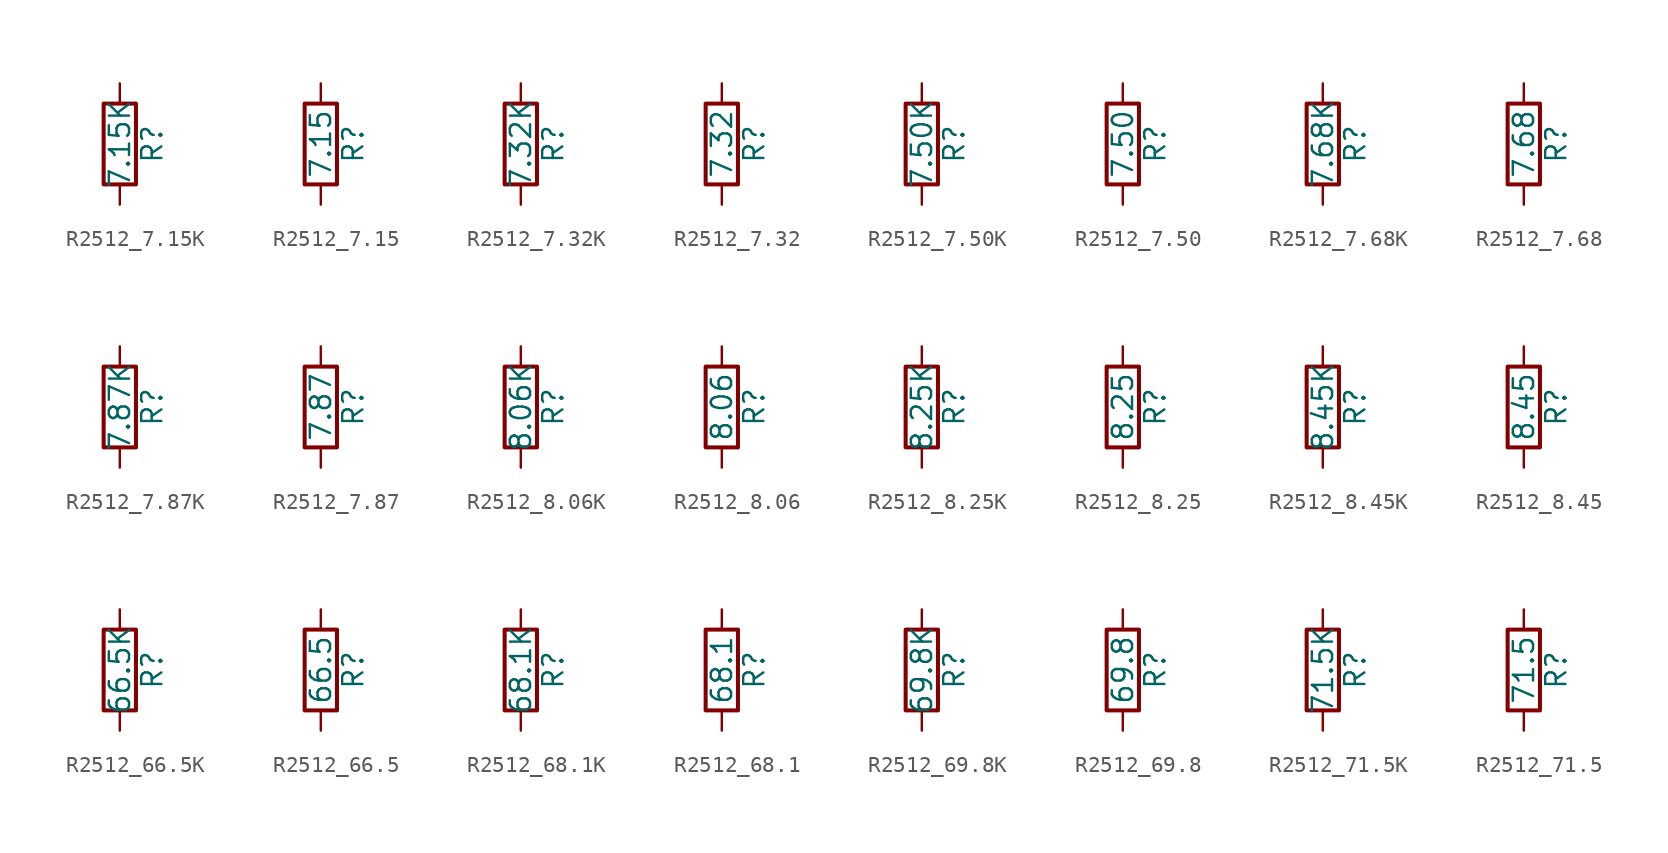
<source format=kicad_sym>
(kicad_symbol_lib
  (version 20211014)
  (generator atlantix-eda)
  (symbol "R2512_7.15K"
    (pin_numbers hide)
    (pin_names
      (offset 0))
    (property "Reference" "R"
      (at 2.032 0 90)
      (effects (font (size 1.27 1.27))))
    (property "Value" "7.15K"
      (at 0 0 90)
      (effects (font (size 1.27 1.27))))
    (symbol "R2512_7.15K_0_1"
      (rectangle (start -1.016 -2.54) (end 1.016 2.54) (stroke (width 0.254) (type default) (color 0 0 0 0)) (fill (type none))))
    (symbol "R2512_7.15K_1_1"
      (pin passive line (at 0 3.81 270) (length 1.27) (name "~" (effects (font (size 1.27 1.27)))) (number "1" (effects (font (size 1.27 1.27)))))
      (pin passive line (at 0 -3.81 90) (length 1.27) (name "~" (effects (font (size 1.27 1.27)))) (number "2" (effects (font (size 1.27 1.27)))))))
  (symbol "R2512_7.15"
    (pin_numbers hide)
    (pin_names
      (offset 0))
    (property "Reference" "R"
      (at 2.032 0 90)
      (effects (font (size 1.27 1.27))))
    (property "Value" "7.15"
      (at 0 0 90)
      (effects (font (size 1.27 1.27))))
    (symbol "R2512_7.15_0_1"
      (rectangle (start -1.016 -2.54) (end 1.016 2.54) (stroke (width 0.254) (type default) (color 0 0 0 0)) (fill (type none))))
    (symbol "R2512_7.15_1_1"
      (pin passive line (at 0 3.81 270) (length 1.27) (name "~" (effects (font (size 1.27 1.27)))) (number "1" (effects (font (size 1.27 1.27)))))
      (pin passive line (at 0 -3.81 90) (length 1.27) (name "~" (effects (font (size 1.27 1.27)))) (number "2" (effects (font (size 1.27 1.27)))))))
  (symbol "R2512_7.32K"
    (pin_numbers hide)
    (pin_names
      (offset 0))
    (property "Reference" "R"
      (at 2.032 0 90)
      (effects (font (size 1.27 1.27))))
    (property "Value" "7.32K"
      (at 0 0 90)
      (effects (font (size 1.27 1.27))))
    (symbol "R2512_7.32K_0_1"
      (rectangle (start -1.016 -2.54) (end 1.016 2.54) (stroke (width 0.254) (type default) (color 0 0 0 0)) (fill (type none))))
    (symbol "R2512_7.32K_1_1"
      (pin passive line (at 0 3.81 270) (length 1.27) (name "~" (effects (font (size 1.27 1.27)))) (number "1" (effects (font (size 1.27 1.27)))))
      (pin passive line (at 0 -3.81 90) (length 1.27) (name "~" (effects (font (size 1.27 1.27)))) (number "2" (effects (font (size 1.27 1.27)))))))
  (symbol "R2512_7.32"
    (pin_numbers hide)
    (pin_names
      (offset 0))
    (property "Reference" "R"
      (at 2.032 0 90)
      (effects (font (size 1.27 1.27))))
    (property "Value" "7.32"
      (at 0 0 90)
      (effects (font (size 1.27 1.27))))
    (symbol "R2512_7.32_0_1"
      (rectangle (start -1.016 -2.54) (end 1.016 2.54) (stroke (width 0.254) (type default) (color 0 0 0 0)) (fill (type none))))
    (symbol "R2512_7.32_1_1"
      (pin passive line (at 0 3.81 270) (length 1.27) (name "~" (effects (font (size 1.27 1.27)))) (number "1" (effects (font (size 1.27 1.27)))))
      (pin passive line (at 0 -3.81 90) (length 1.27) (name "~" (effects (font (size 1.27 1.27)))) (number "2" (effects (font (size 1.27 1.27)))))))
  (symbol "R2512_7.50K"
    (pin_numbers hide)
    (pin_names
      (offset 0))
    (property "Reference" "R"
      (at 2.032 0 90)
      (effects (font (size 1.27 1.27))))
    (property "Value" "7.50K"
      (at 0 0 90)
      (effects (font (size 1.27 1.27))))
    (symbol "R2512_7.50K_0_1"
      (rectangle (start -1.016 -2.54) (end 1.016 2.54) (stroke (width 0.254) (type default) (color 0 0 0 0)) (fill (type none))))
    (symbol "R2512_7.50K_1_1"
      (pin passive line (at 0 3.81 270) (length 1.27) (name "~" (effects (font (size 1.27 1.27)))) (number "1" (effects (font (size 1.27 1.27)))))
      (pin passive line (at 0 -3.81 90) (length 1.27) (name "~" (effects (font (size 1.27 1.27)))) (number "2" (effects (font (size 1.27 1.27)))))))
  (symbol "R2512_7.50"
    (pin_numbers hide)
    (pin_names
      (offset 0))
    (property "Reference" "R"
      (at 2.032 0 90)
      (effects (font (size 1.27 1.27))))
    (property "Value" "7.50"
      (at 0 0 90)
      (effects (font (size 1.27 1.27))))
    (symbol "R2512_7.50_0_1"
      (rectangle (start -1.016 -2.54) (end 1.016 2.54) (stroke (width 0.254) (type default) (color 0 0 0 0)) (fill (type none))))
    (symbol "R2512_7.50_1_1"
      (pin passive line (at 0 3.81 270) (length 1.27) (name "~" (effects (font (size 1.27 1.27)))) (number "1" (effects (font (size 1.27 1.27)))))
      (pin passive line (at 0 -3.81 90) (length 1.27) (name "~" (effects (font (size 1.27 1.27)))) (number "2" (effects (font (size 1.27 1.27)))))))
  (symbol "R2512_7.68K"
    (pin_numbers hide)
    (pin_names
      (offset 0))
    (property "Reference" "R"
      (at 2.032 0 90)
      (effects (font (size 1.27 1.27))))
    (property "Value" "7.68K"
      (at 0 0 90)
      (effects (font (size 1.27 1.27))))
    (symbol "R2512_7.68K_0_1"
      (rectangle (start -1.016 -2.54) (end 1.016 2.54) (stroke (width 0.254) (type default) (color 0 0 0 0)) (fill (type none))))
    (symbol "R2512_7.68K_1_1"
      (pin passive line (at 0 3.81 270) (length 1.27) (name "~" (effects (font (size 1.27 1.27)))) (number "1" (effects (font (size 1.27 1.27)))))
      (pin passive line (at 0 -3.81 90) (length 1.27) (name "~" (effects (font (size 1.27 1.27)))) (number "2" (effects (font (size 1.27 1.27)))))))
  (symbol "R2512_7.68"
    (pin_numbers hide)
    (pin_names
      (offset 0))
    (property "Reference" "R"
      (at 2.032 0 90)
      (effects (font (size 1.27 1.27))))
    (property "Value" "7.68"
      (at 0 0 90)
      (effects (font (size 1.27 1.27))))
    (symbol "R2512_7.68_0_1"
      (rectangle (start -1.016 -2.54) (end 1.016 2.54) (stroke (width 0.254) (type default) (color 0 0 0 0)) (fill (type none))))
    (symbol "R2512_7.68_1_1"
      (pin passive line (at 0 3.81 270) (length 1.27) (name "~" (effects (font (size 1.27 1.27)))) (number "1" (effects (font (size 1.27 1.27)))))
      (pin passive line (at 0 -3.81 90) (length 1.27) (name "~" (effects (font (size 1.27 1.27)))) (number "2" (effects (font (size 1.27 1.27)))))))
  (symbol "R2512_7.87K"
    (pin_numbers hide)
    (pin_names
      (offset 0))
    (property "Reference" "R"
      (at 2.032 0 90)
      (effects (font (size 1.27 1.27))))
    (property "Value" "7.87K"
      (at 0 0 90)
      (effects (font (size 1.27 1.27))))
    (symbol "R2512_7.87K_0_1"
      (rectangle (start -1.016 -2.54) (end 1.016 2.54) (stroke (width 0.254) (type default) (color 0 0 0 0)) (fill (type none))))
    (symbol "R2512_7.87K_1_1"
      (pin passive line (at 0 3.81 270) (length 1.27) (name "~" (effects (font (size 1.27 1.27)))) (number "1" (effects (font (size 1.27 1.27)))))
      (pin passive line (at 0 -3.81 90) (length 1.27) (name "~" (effects (font (size 1.27 1.27)))) (number "2" (effects (font (size 1.27 1.27)))))))
  (symbol "R2512_7.87"
    (pin_numbers hide)
    (pin_names
      (offset 0))
    (property "Reference" "R"
      (at 2.032 0 90)
      (effects (font (size 1.27 1.27))))
    (property "Value" "7.87"
      (at 0 0 90)
      (effects (font (size 1.27 1.27))))
    (symbol "R2512_7.87_0_1"
      (rectangle (start -1.016 -2.54) (end 1.016 2.54) (stroke (width 0.254) (type default) (color 0 0 0 0)) (fill (type none))))
    (symbol "R2512_7.87_1_1"
      (pin passive line (at 0 3.81 270) (length 1.27) (name "~" (effects (font (size 1.27 1.27)))) (number "1" (effects (font (size 1.27 1.27)))))
      (pin passive line (at 0 -3.81 90) (length 1.27) (name "~" (effects (font (size 1.27 1.27)))) (number "2" (effects (font (size 1.27 1.27)))))))
  (symbol "R2512_8.06K"
    (pin_numbers hide)
    (pin_names
      (offset 0))
    (property "Reference" "R"
      (at 2.032 0 90)
      (effects (font (size 1.27 1.27))))
    (property "Value" "8.06K"
      (at 0 0 90)
      (effects (font (size 1.27 1.27))))
    (symbol "R2512_8.06K_0_1"
      (rectangle (start -1.016 -2.54) (end 1.016 2.54) (stroke (width 0.254) (type default) (color 0 0 0 0)) (fill (type none))))
    (symbol "R2512_8.06K_1_1"
      (pin passive line (at 0 3.81 270) (length 1.27) (name "~" (effects (font (size 1.27 1.27)))) (number "1" (effects (font (size 1.27 1.27)))))
      (pin passive line (at 0 -3.81 90) (length 1.27) (name "~" (effects (font (size 1.27 1.27)))) (number "2" (effects (font (size 1.27 1.27)))))))
  (symbol "R2512_8.06"
    (pin_numbers hide)
    (pin_names
      (offset 0))
    (property "Reference" "R"
      (at 2.032 0 90)
      (effects (font (size 1.27 1.27))))
    (property "Value" "8.06"
      (at 0 0 90)
      (effects (font (size 1.27 1.27))))
    (symbol "R2512_8.06_0_1"
      (rectangle (start -1.016 -2.54) (end 1.016 2.54) (stroke (width 0.254) (type default) (color 0 0 0 0)) (fill (type none))))
    (symbol "R2512_8.06_1_1"
      (pin passive line (at 0 3.81 270) (length 1.27) (name "~" (effects (font (size 1.27 1.27)))) (number "1" (effects (font (size 1.27 1.27)))))
      (pin passive line (at 0 -3.81 90) (length 1.27) (name "~" (effects (font (size 1.27 1.27)))) (number "2" (effects (font (size 1.27 1.27)))))))
  (symbol "R2512_8.25K"
    (pin_numbers hide)
    (pin_names
      (offset 0))
    (property "Reference" "R"
      (at 2.032 0 90)
      (effects (font (size 1.27 1.27))))
    (property "Value" "8.25K"
      (at 0 0 90)
      (effects (font (size 1.27 1.27))))
    (symbol "R2512_8.25K_0_1"
      (rectangle (start -1.016 -2.54) (end 1.016 2.54) (stroke (width 0.254) (type default) (color 0 0 0 0)) (fill (type none))))
    (symbol "R2512_8.25K_1_1"
      (pin passive line (at 0 3.81 270) (length 1.27) (name "~" (effects (font (size 1.27 1.27)))) (number "1" (effects (font (size 1.27 1.27)))))
      (pin passive line (at 0 -3.81 90) (length 1.27) (name "~" (effects (font (size 1.27 1.27)))) (number "2" (effects (font (size 1.27 1.27)))))))
  (symbol "R2512_8.25"
    (pin_numbers hide)
    (pin_names
      (offset 0))
    (property "Reference" "R"
      (at 2.032 0 90)
      (effects (font (size 1.27 1.27))))
    (property "Value" "8.25"
      (at 0 0 90)
      (effects (font (size 1.27 1.27))))
    (symbol "R2512_8.25_0_1"
      (rectangle (start -1.016 -2.54) (end 1.016 2.54) (stroke (width 0.254) (type default) (color 0 0 0 0)) (fill (type none))))
    (symbol "R2512_8.25_1_1"
      (pin passive line (at 0 3.81 270) (length 1.27) (name "~" (effects (font (size 1.27 1.27)))) (number "1" (effects (font (size 1.27 1.27)))))
      (pin passive line (at 0 -3.81 90) (length 1.27) (name "~" (effects (font (size 1.27 1.27)))) (number "2" (effects (font (size 1.27 1.27)))))))
  (symbol "R2512_8.45K"
    (pin_numbers hide)
    (pin_names
      (offset 0))
    (property "Reference" "R"
      (at 2.032 0 90)
      (effects (font (size 1.27 1.27))))
    (property "Value" "8.45K"
      (at 0 0 90)
      (effects (font (size 1.27 1.27))))
    (symbol "R2512_8.45K_0_1"
      (rectangle (start -1.016 -2.54) (end 1.016 2.54) (stroke (width 0.254) (type default) (color 0 0 0 0)) (fill (type none))))
    (symbol "R2512_8.45K_1_1"
      (pin passive line (at 0 3.81 270) (length 1.27) (name "~" (effects (font (size 1.27 1.27)))) (number "1" (effects (font (size 1.27 1.27)))))
      (pin passive line (at 0 -3.81 90) (length 1.27) (name "~" (effects (font (size 1.27 1.27)))) (number "2" (effects (font (size 1.27 1.27)))))))
  (symbol "R2512_8.45"
    (pin_numbers hide)
    (pin_names
      (offset 0))
    (property "Reference" "R"
      (at 2.032 0 90)
      (effects (font (size 1.27 1.27))))
    (property "Value" "8.45"
      (at 0 0 90)
      (effects (font (size 1.27 1.27))))
    (symbol "R2512_8.45_0_1"
      (rectangle (start -1.016 -2.54) (end 1.016 2.54) (stroke (width 0.254) (type default) (color 0 0 0 0)) (fill (type none))))
    (symbol "R2512_8.45_1_1"
      (pin passive line (at 0 3.81 270) (length 1.27) (name "~" (effects (font (size 1.27 1.27)))) (number "1" (effects (font (size 1.27 1.27)))))
      (pin passive line (at 0 -3.81 90) (length 1.27) (name "~" (effects (font (size 1.27 1.27)))) (number "2" (effects (font (size 1.27 1.27)))))))
  (symbol "R2512_66.5K"
    (pin_numbers hide)
    (pin_names
      (offset 0))
    (property "Reference" "R"
      (at 2.032 0 90)
      (effects (font (size 1.27 1.27))))
    (property "Value" "66.5K"
      (at 0 0 90)
      (effects (font (size 1.27 1.27))))
    (symbol "R2512_66.5K_0_1"
      (rectangle (start -1.016 -2.54) (end 1.016 2.54) (stroke (width 0.254) (type default) (color 0 0 0 0)) (fill (type none))))
    (symbol "R2512_66.5K_1_1"
      (pin passive line (at 0 3.81 270) (length 1.27) (name "~" (effects (font (size 1.27 1.27)))) (number "1" (effects (font (size 1.27 1.27)))))
      (pin passive line (at 0 -3.81 90) (length 1.27) (name "~" (effects (font (size 1.27 1.27)))) (number "2" (effects (font (size 1.27 1.27)))))))
  (symbol "R2512_66.5"
    (pin_numbers hide)
    (pin_names
      (offset 0))
    (property "Reference" "R"
      (at 2.032 0 90)
      (effects (font (size 1.27 1.27))))
    (property "Value" "66.5"
      (at 0 0 90)
      (effects (font (size 1.27 1.27))))
    (symbol "R2512_66.5_0_1"
      (rectangle (start -1.016 -2.54) (end 1.016 2.54) (stroke (width 0.254) (type default) (color 0 0 0 0)) (fill (type none))))
    (symbol "R2512_66.5_1_1"
      (pin passive line (at 0 3.81 270) (length 1.27) (name "~" (effects (font (size 1.27 1.27)))) (number "1" (effects (font (size 1.27 1.27)))))
      (pin passive line (at 0 -3.81 90) (length 1.27) (name "~" (effects (font (size 1.27 1.27)))) (number "2" (effects (font (size 1.27 1.27)))))))
  (symbol "R2512_68.1K"
    (pin_numbers hide)
    (pin_names
      (offset 0))
    (property "Reference" "R"
      (at 2.032 0 90)
      (effects (font (size 1.27 1.27))))
    (property "Value" "68.1K"
      (at 0 0 90)
      (effects (font (size 1.27 1.27))))
    (symbol "R2512_68.1K_0_1"
      (rectangle (start -1.016 -2.54) (end 1.016 2.54) (stroke (width 0.254) (type default) (color 0 0 0 0)) (fill (type none))))
    (symbol "R2512_68.1K_1_1"
      (pin passive line (at 0 3.81 270) (length 1.27) (name "~" (effects (font (size 1.27 1.27)))) (number "1" (effects (font (size 1.27 1.27)))))
      (pin passive line (at 0 -3.81 90) (length 1.27) (name "~" (effects (font (size 1.27 1.27)))) (number "2" (effects (font (size 1.27 1.27)))))))
  (symbol "R2512_68.1"
    (pin_numbers hide)
    (pin_names
      (offset 0))
    (property "Reference" "R"
      (at 2.032 0 90)
      (effects (font (size 1.27 1.27))))
    (property "Value" "68.1"
      (at 0 0 90)
      (effects (font (size 1.27 1.27))))
    (symbol "R2512_68.1_0_1"
      (rectangle (start -1.016 -2.54) (end 1.016 2.54) (stroke (width 0.254) (type default) (color 0 0 0 0)) (fill (type none))))
    (symbol "R2512_68.1_1_1"
      (pin passive line (at 0 3.81 270) (length 1.27) (name "~" (effects (font (size 1.27 1.27)))) (number "1" (effects (font (size 1.27 1.27)))))
      (pin passive line (at 0 -3.81 90) (length 1.27) (name "~" (effects (font (size 1.27 1.27)))) (number "2" (effects (font (size 1.27 1.27)))))))
  (symbol "R2512_69.8K"
    (pin_numbers hide)
    (pin_names
      (offset 0))
    (property "Reference" "R"
      (at 2.032 0 90)
      (effects (font (size 1.27 1.27))))
    (property "Value" "69.8K"
      (at 0 0 90)
      (effects (font (size 1.27 1.27))))
    (symbol "R2512_69.8K_0_1"
      (rectangle (start -1.016 -2.54) (end 1.016 2.54) (stroke (width 0.254) (type default) (color 0 0 0 0)) (fill (type none))))
    (symbol "R2512_69.8K_1_1"
      (pin passive line (at 0 3.81 270) (length 1.27) (name "~" (effects (font (size 1.27 1.27)))) (number "1" (effects (font (size 1.27 1.27)))))
      (pin passive line (at 0 -3.81 90) (length 1.27) (name "~" (effects (font (size 1.27 1.27)))) (number "2" (effects (font (size 1.27 1.27)))))))
  (symbol "R2512_69.8"
    (pin_numbers hide)
    (pin_names
      (offset 0))
    (property "Reference" "R"
      (at 2.032 0 90)
      (effects (font (size 1.27 1.27))))
    (property "Value" "69.8"
      (at 0 0 90)
      (effects (font (size 1.27 1.27))))
    (symbol "R2512_69.8_0_1"
      (rectangle (start -1.016 -2.54) (end 1.016 2.54) (stroke (width 0.254) (type default) (color 0 0 0 0)) (fill (type none))))
    (symbol "R2512_69.8_1_1"
      (pin passive line (at 0 3.81 270) (length 1.27) (name "~" (effects (font (size 1.27 1.27)))) (number "1" (effects (font (size 1.27 1.27)))))
      (pin passive line (at 0 -3.81 90) (length 1.27) (name "~" (effects (font (size 1.27 1.27)))) (number "2" (effects (font (size 1.27 1.27)))))))
  (symbol "R2512_71.5K"
    (pin_numbers hide)
    (pin_names
      (offset 0))
    (property "Reference" "R"
      (at 2.032 0 90)
      (effects (font (size 1.27 1.27))))
    (property "Value" "71.5K"
      (at 0 0 90)
      (effects (font (size 1.27 1.27))))
    (symbol "R2512_71.5K_0_1"
      (rectangle (start -1.016 -2.54) (end 1.016 2.54) (stroke (width 0.254) (type default) (color 0 0 0 0)) (fill (type none))))
    (symbol "R2512_71.5K_1_1"
      (pin passive line (at 0 3.81 270) (length 1.27) (name "~" (effects (font (size 1.27 1.27)))) (number "1" (effects (font (size 1.27 1.27)))))
      (pin passive line (at 0 -3.81 90) (length 1.27) (name "~" (effects (font (size 1.27 1.27)))) (number "2" (effects (font (size 1.27 1.27)))))))
  (symbol "R2512_71.5"
    (pin_numbers hide)
    (pin_names
      (offset 0))
    (property "Reference" "R"
      (at 2.032 0 90)
      (effects (font (size 1.27 1.27))))
    (property "Value" "71.5"
      (at 0 0 90)
      (effects (font (size 1.27 1.27))))
    (symbol "R2512_71.5_0_1"
      (rectangle (start -1.016 -2.54) (end 1.016 2.54) (stroke (width 0.254) (type default) (color 0 0 0 0)) (fill (type none))))
    (symbol "R2512_71.5_1_1"
      (pin passive line (at 0 3.81 270) (length 1.27) (name "~" (effects (font (size 1.27 1.27)))) (number "1" (effects (font (size 1.27 1.27)))))
      (pin passive line (at 0 -3.81 90) (length 1.27) (name "~" (effects (font (size 1.27 1.27)))) (number "2" (effects (font (size 1.27 1.27))))))))
</source>
